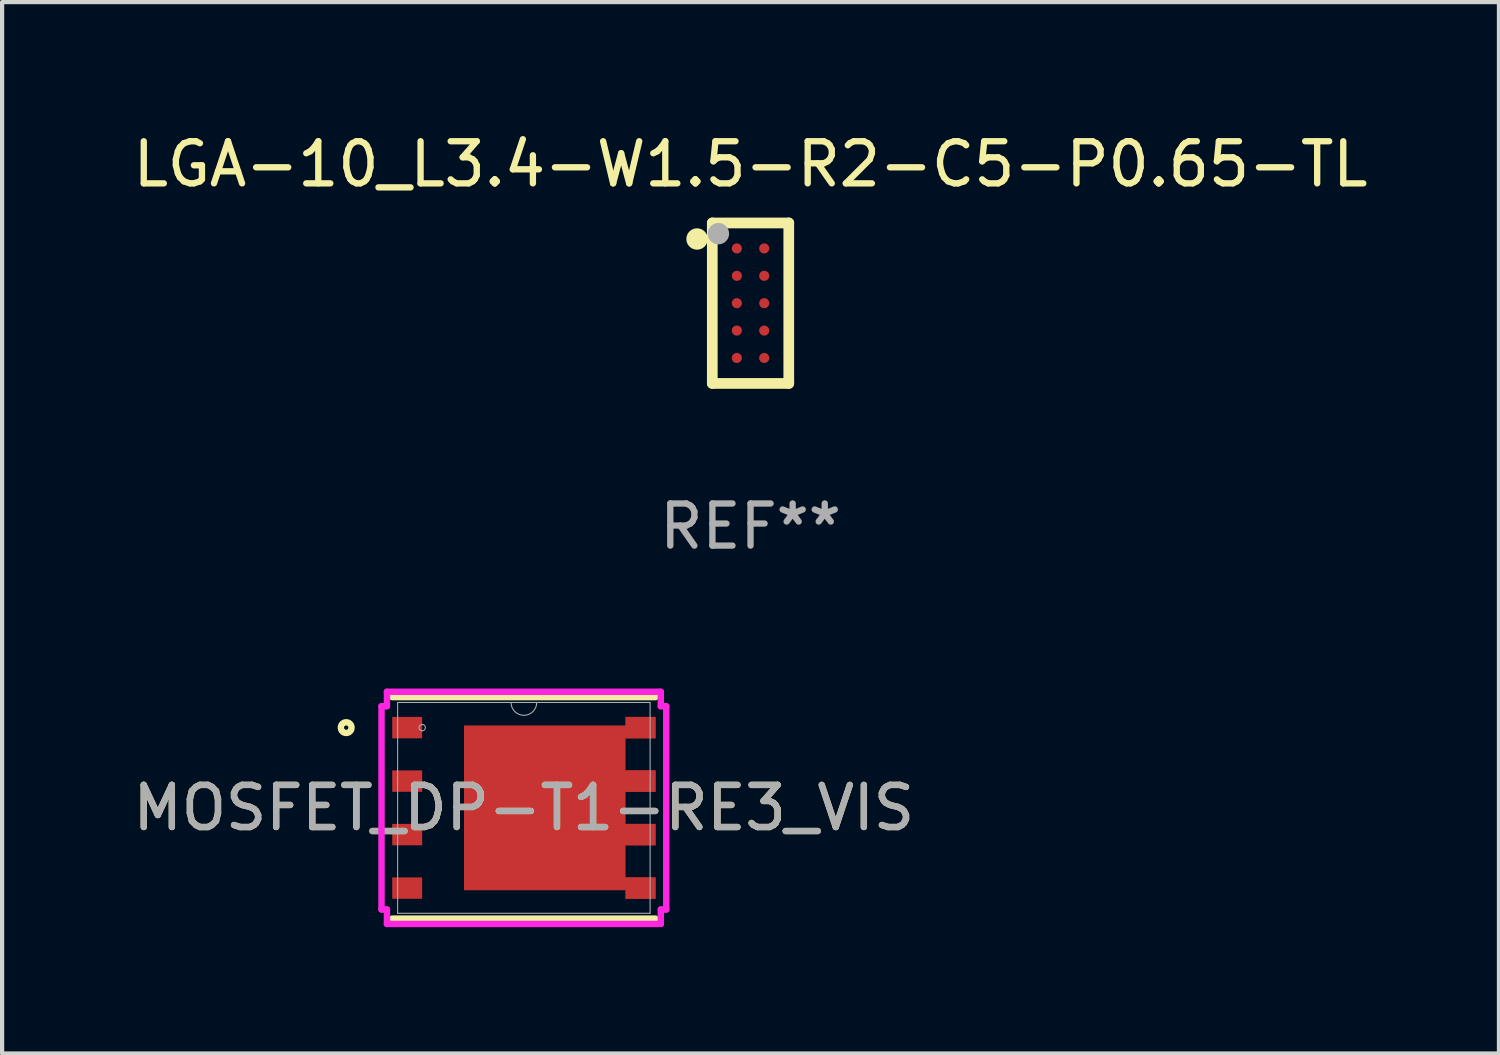
<source format=kicad_pcb>
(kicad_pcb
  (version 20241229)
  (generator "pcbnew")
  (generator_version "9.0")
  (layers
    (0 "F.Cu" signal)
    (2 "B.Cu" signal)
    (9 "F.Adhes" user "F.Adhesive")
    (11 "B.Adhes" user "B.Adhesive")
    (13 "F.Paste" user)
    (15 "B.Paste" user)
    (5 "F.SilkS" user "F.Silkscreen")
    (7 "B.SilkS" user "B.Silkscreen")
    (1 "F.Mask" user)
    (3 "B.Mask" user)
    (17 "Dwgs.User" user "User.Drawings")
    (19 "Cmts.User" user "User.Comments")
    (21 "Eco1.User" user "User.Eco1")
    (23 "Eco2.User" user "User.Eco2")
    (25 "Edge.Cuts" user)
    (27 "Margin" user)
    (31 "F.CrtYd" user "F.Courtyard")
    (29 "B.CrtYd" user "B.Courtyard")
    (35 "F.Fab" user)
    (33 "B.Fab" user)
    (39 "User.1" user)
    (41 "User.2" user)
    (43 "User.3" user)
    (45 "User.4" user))
  (footprint "MOSFET_DP-T1-RE3_VIS"
    (layer "F.Cu")
    (at 9.387 16.129)
    (property "Reference" "MOSFET_DP-T1-RE3_VIS" (at 0 0 0) (unlocked yes) (layer "F.SilkS") (effects (font (size 1 1) (thickness 0.15))))
    (attr smd)
    (fp_poly (pts (xy 2.414 -1.956) (xy 2.414 -2.159) (xy 3.126 -2.159) (xy 3.126 -1.651) (xy 2.414 -1.651) (xy 2.414 -0.889) (xy 3.126 -0.889) (xy 3.126 -0.381) (xy 2.414 -0.381) (xy 2.414 0.381) (xy 3.126 0.381) (xy 3.126 0.889) (xy 2.414 0.889) (xy 2.414 1.651) (xy 3.126 1.651) (xy 3.126 2.159) (xy 2.414 2.159) (xy 2.414 1.956) (xy -1.421 1.956) (xy -1.421 -1.956)) (stroke (width 0) (type solid)) (fill yes) (layer "F.Cu"))
    (fp_poly (pts (xy -1.421 -1.956) (xy 2.414 -1.956) (xy 2.414 -2.159) (xy 3.126 -2.159) (xy 3.126 -1.651) (xy 2.414 -1.651) (xy 2.414 -0.889) (xy 3.126 -0.889) (xy 3.126 -0.381) (xy 2.414 -0.381) (xy 2.414 0.381) (xy 3.126 0.381) (xy 3.126 0.889) (xy 2.414 0.889) (xy 2.414 1.651) (xy 3.126 1.651) (xy 3.126 2.159) (xy 2.414 2.159) (xy 2.414 1.956) (xy -1.421 1.956)) (stroke (width 0) (type solid)) (fill yes) (layer "F.Mask"))
    (fp_line (start -3.124 2.629) (end 3.124 2.629) (stroke (width 0.152) (type solid)) (layer "F.SilkS"))
    (fp_line (start 3.124 -2.629) (end -3.124 -2.629) (stroke (width 0.152) (type solid)) (layer "F.SilkS"))
    (fp_circle (center -4.218 -1.905) (end -4.091 -1.905) (stroke (width 0.152) (type solid)) (fill no) (layer "F.SilkS"))
    (fp_poly (pts (xy -1.818 -1.856) (xy -1.818 -0.752) (xy -0.739 -0.752) (xy -0.739 -1.856)) (stroke (width 0) (type solid)) (fill yes) (layer "F.Paste"))
    (fp_poly (pts (xy -1.818 -0.552) (xy -1.818 0.552) (xy -0.739 0.552) (xy -0.739 -0.552)) (stroke (width 0) (type solid)) (fill yes) (layer "F.Paste"))
    (fp_poly (pts (xy -1.818 0.752) (xy -1.818 1.856) (xy -0.739 1.856) (xy -0.739 0.752)) (stroke (width 0) (type solid)) (fill yes) (layer "F.Paste"))
    (fp_poly (pts (xy -0.539 -1.856) (xy -0.539 -0.752) (xy 0.539 -0.752) (xy 0.539 -1.856)) (stroke (width 0) (type solid)) (fill yes) (layer "F.Paste"))
    (fp_poly (pts (xy -0.539 -0.552) (xy -0.539 0.552) (xy 0.539 0.552) (xy 0.539 -0.552)) (stroke (width 0) (type solid)) (fill yes) (layer "F.Paste"))
    (fp_poly (pts (xy -0.539 0.752) (xy -0.539 1.856) (xy 0.539 1.856) (xy 0.539 0.752)) (stroke (width 0) (type solid)) (fill yes) (layer "F.Paste"))
    (fp_poly (pts (xy 0.739 -1.856) (xy 0.739 -0.752) (xy 1.818 -0.752) (xy 1.818 -1.856)) (stroke (width 0) (type solid)) (fill yes) (layer "F.Paste"))
    (fp_poly (pts (xy 0.739 -0.552) (xy 0.739 0.552) (xy 1.818 0.552) (xy 1.818 -0.552)) (stroke (width 0) (type solid)) (fill yes) (layer "F.Paste"))
    (fp_poly (pts (xy 0.739 0.752) (xy 0.739 1.856) (xy 1.818 1.856) (xy 1.818 0.752)) (stroke (width 0) (type solid)) (fill yes) (layer "F.Paste"))
    (fp_poly (pts (xy -1.421 -1.956) (xy 2.414 -1.956) (xy 2.414 -2.159) (xy 3.126 -2.159) (xy 3.126 -1.651) (xy 2.414 -1.651) (xy 2.414 -0.889) (xy 3.126 -0.889) (xy 3.126 -0.381) (xy 2.414 -0.381) (xy 2.414 0.381) (xy 3.126 0.381) (xy 3.126 0.889) (xy 2.414 0.889) (xy 2.414 1.651) (xy 3.126 1.651) (xy 3.126 2.159) (xy 2.414 2.159) (xy 2.414 1.956) (xy -1.421 1.956)) (stroke (width 0) (type solid)) (fill yes) (layer "F.Paste"))
    (fp_line (start -3.38 -2.413) (end -3.251 -2.413) (stroke (width 0.152) (type solid)) (layer "F.CrtYd"))
    (fp_line (start -3.38 2.413) (end -3.38 -2.413) (stroke (width 0.152) (type solid)) (layer "F.CrtYd"))
    (fp_line (start -3.38 2.413) (end -3.251 2.413) (stroke (width 0.152) (type solid)) (layer "F.CrtYd"))
    (fp_line (start -3.251 -2.756) (end 3.251 -2.756) (stroke (width 0.152) (type solid)) (layer "F.CrtYd"))
    (fp_line (start -3.251 -2.413) (end -3.251 -2.756) (stroke (width 0.152) (type solid)) (layer "F.CrtYd"))
    (fp_line (start -3.251 2.756) (end -3.251 2.413) (stroke (width 0.152) (type solid)) (layer "F.CrtYd"))
    (fp_line (start 3.251 -2.756) (end 3.251 -2.413) (stroke (width 0.152) (type solid)) (layer "F.CrtYd"))
    (fp_line (start 3.251 2.413) (end 3.251 2.756) (stroke (width 0.152) (type solid)) (layer "F.CrtYd"))
    (fp_line (start 3.251 2.756) (end -3.251 2.756) (stroke (width 0.152) (type solid)) (layer "F.CrtYd"))
    (fp_line (start 3.38 -2.413) (end 3.251 -2.413) (stroke (width 0.152) (type solid)) (layer "F.CrtYd"))
    (fp_line (start 3.38 -2.413) (end 3.38 2.413) (stroke (width 0.152) (type solid)) (layer "F.CrtYd"))
    (fp_line (start 3.38 2.413) (end 3.251 2.413) (stroke (width 0.152) (type solid)) (layer "F.CrtYd"))
    (fp_line (start -2.997 -2.502) (end -2.997 2.502) (stroke (width 0.025) (type solid)) (layer "F.Fab"))
    (fp_line (start -2.997 2.502) (end 2.997 2.502) (stroke (width 0.025) (type solid)) (layer "F.Fab"))
    (fp_line (start 2.997 -2.502) (end -2.997 -2.502) (stroke (width 0.025) (type solid)) (layer "F.Fab"))
    (fp_line (start 2.997 2.502) (end 2.997 -2.502) (stroke (width 0.025) (type solid)) (layer "F.Fab"))
    (fp_arc (start 0.3048 -2.5019) (mid 0 -2.1971) (end -0.3048 -2.5019) (stroke (width 0.0254) (type solid)) (layer "F.Fab"))
    (fp_circle (center -2.414 -1.905) (end -2.338 -1.905) (stroke (width 0.025) (type solid)) (fill no) (layer "F.Fab"))
    (fp_text user "${REFERENCE}" (at 0 0 0) (unlocked yes) (layer "F.Fab") (effects (font (size 1 1) (thickness 0.15))))
    (pad "1" smd rect (at -2.77 -1.905) (size 0.711 0.508) (layers "F.Cu" "F.Mask" "F.Paste"))
    (pad "2" smd rect (at -2.77 -0.635) (size 0.711 0.508) (layers "F.Cu" "F.Mask" "F.Paste"))
    (pad "3" smd rect (at -2.77 0.635) (size 0.711 0.508) (layers "F.Cu" "F.Mask" "F.Paste"))
    (pad "4" smd rect (at -2.77 1.905) (size 0.711 0.508) (layers "F.Cu" "F.Mask" "F.Paste"))
    (pad "5" smd rect (at 2.77 1.905) (size 0.711 0.508) (layers "F.Cu" "F.Mask" "F.Paste"))
    (pad "6" smd rect (at 2.77 0.635) (size 0.711 0.508) (layers "F.Cu" "F.Mask" "F.Paste"))
    (pad "7" smd rect (at 2.77 -0.635) (size 0.711 0.508) (layers "F.Cu" "F.Mask" "F.Paste"))
    (pad "8" smd rect (at 2.77 -1.905) (size 0.711 0.508) (layers "F.Cu" "F.Mask" "F.Paste")))
  (footprint "LGA-10_L3.4-W1.5-R2-C5-P0.65-TL"
    (layer "F.Cu")
    (at 14.768 4.148)
    (property "Reference" "LGA-10_L3.4-W1.5-R2-C5-P0.65-TL" (at 0 -3.3 0) (layer "F.SilkS") (effects (font (size 1 1) (thickness 0.15))))
    (attr smd)
    (fp_line (start -0.908 -1.905) (end -0.908 1.905) (stroke (width 0.254) (type solid)) (layer "F.SilkS"))
    (fp_line (start -0.908 1.905) (end 0.908 1.905) (stroke (width 0.254) (type solid)) (layer "F.SilkS"))
    (fp_line (start 0.908 -1.905) (end -0.908 -1.905) (stroke (width 0.254) (type solid)) (layer "F.SilkS"))
    (fp_line (start 0.908 1.905) (end 0.908 -1.905) (stroke (width 0.254) (type solid)) (layer "F.SilkS"))
    (fp_circle (center -1.27 -1.524) (end -1.143 -1.524) (stroke (width 0.254) (type solid)) (fill no) (layer "F.SilkS"))
    (fp_circle (center -0.735 -1.685) (end -0.705 -1.685) (stroke (width 0.06) (type solid)) (fill no) (layer "F.SilkS"))
    (fp_circle (center -0.762 -1.651) (end -0.635 -1.651) (stroke (width 0.254) (type solid)) (fill no) (layer "F.Fab"))
    (fp_text user "REF**" (at 0 5.3 0) (layer "F.Fab") (effects (font (size 1 1) (thickness 0.15))))
    (pad "1" smd circle (at -0.325 -1.3) (size 0.24 0.24) (layers "F.Cu" "F.Mask" "F.Paste"))
    (pad "2" smd circle (at -0.325 -0.65) (size 0.24 0.24) (layers "F.Cu" "F.Mask" "F.Paste"))
    (pad "3" smd circle (at -0.325 0) (size 0.24 0.24) (layers "F.Cu" "F.Mask" "F.Paste"))
    (pad "4" smd circle (at -0.325 0.65) (size 0.24 0.24) (layers "F.Cu" "F.Mask" "F.Paste"))
    (pad "5" smd circle (at -0.325 1.3) (size 0.24 0.24) (layers "F.Cu" "F.Mask" "F.Paste"))
    (pad "6" smd circle (at 0.325 1.3) (size 0.24 0.24) (layers "F.Cu" "F.Mask" "F.Paste"))
    (pad "7" smd circle (at 0.325 0.65) (size 0.24 0.24) (layers "F.Cu" "F.Mask" "F.Paste"))
    (pad "8" smd circle (at 0.325 0) (size 0.24 0.24) (layers "F.Cu" "F.Mask" "F.Paste"))
    (pad "9" smd circle (at 0.325 -0.65) (size 0.24 0.24) (layers "F.Cu" "F.Mask" "F.Paste"))
    (pad "10" smd circle (at 0.325 -1.3) (size 0.24 0.24) (layers "F.Cu" "F.Mask" "F.Paste")))
  (gr_rect
    (start -3 -3)
    (end 32.536 21.961)
    (stroke (width 0.1) (type default))
    (fill no)
    (layer "Edge.Cuts")))
</source>
